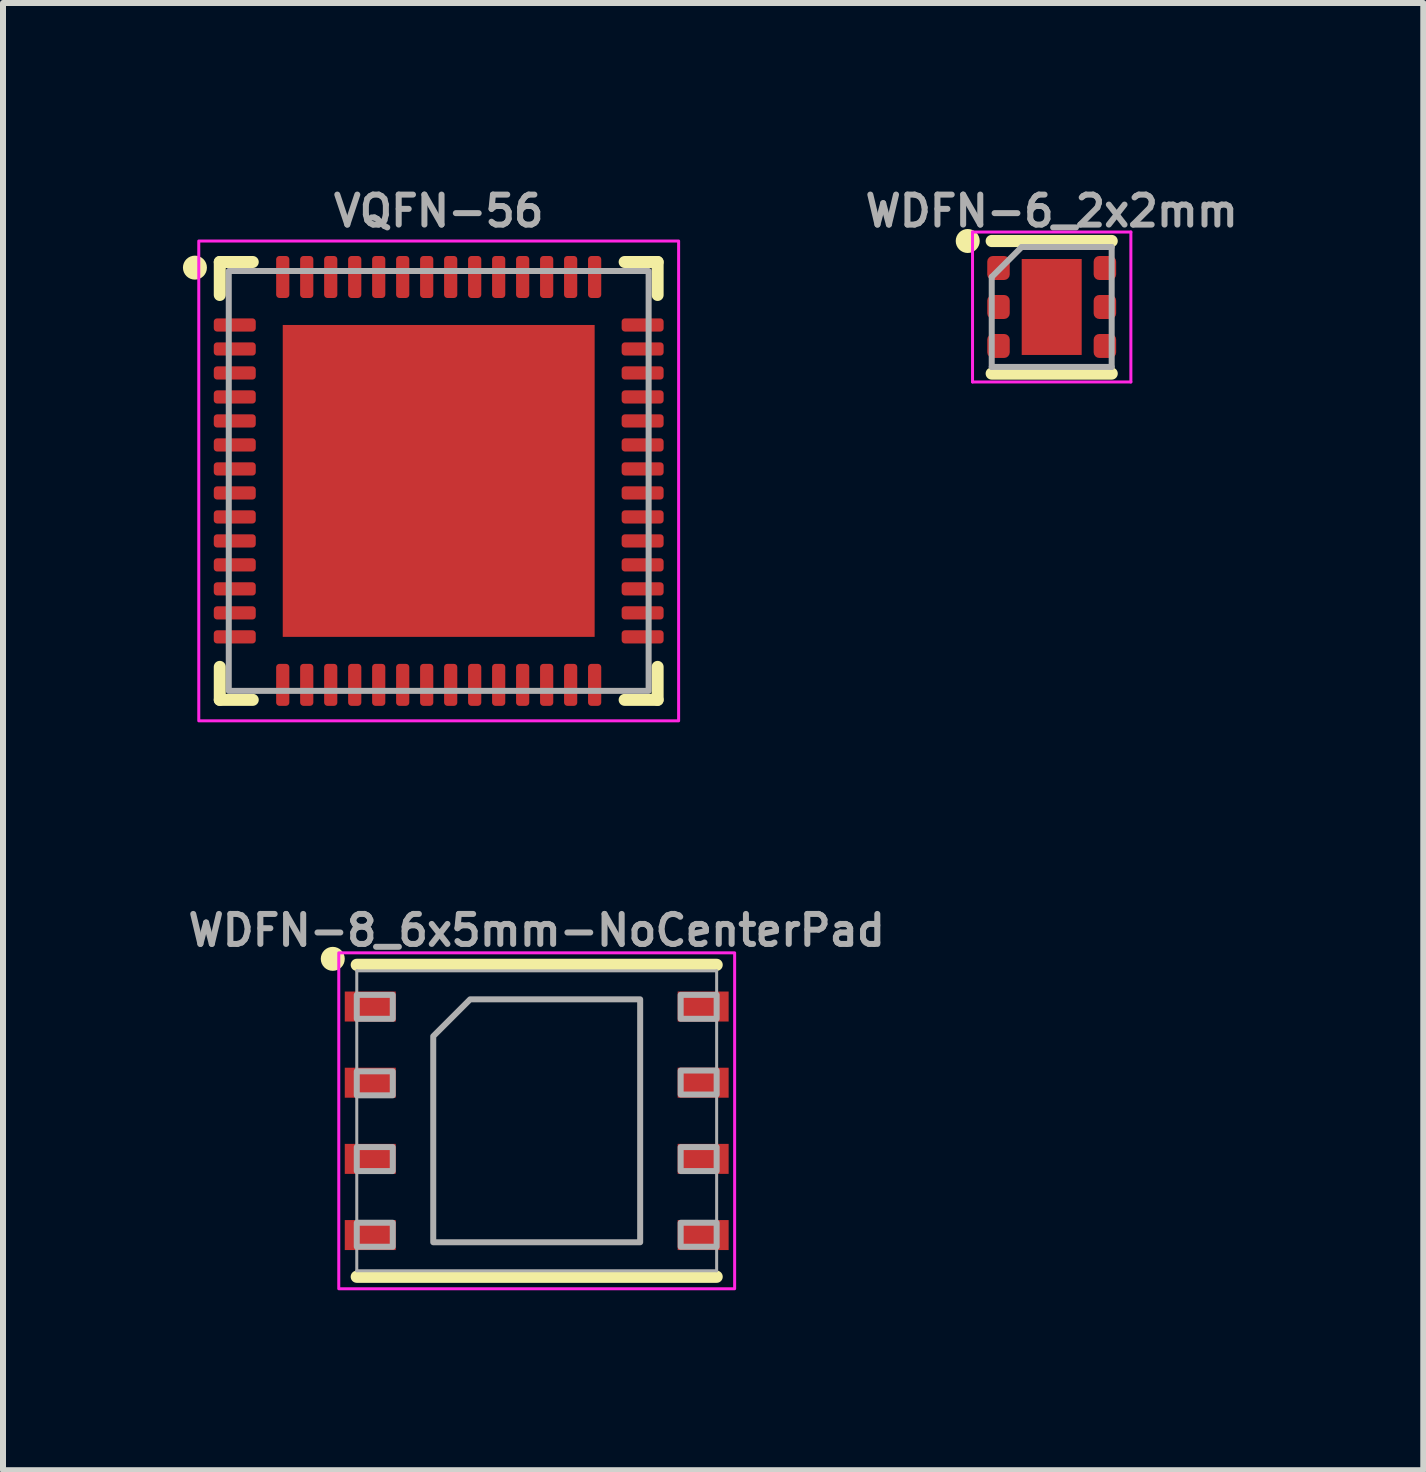
<source format=kicad_pcb>
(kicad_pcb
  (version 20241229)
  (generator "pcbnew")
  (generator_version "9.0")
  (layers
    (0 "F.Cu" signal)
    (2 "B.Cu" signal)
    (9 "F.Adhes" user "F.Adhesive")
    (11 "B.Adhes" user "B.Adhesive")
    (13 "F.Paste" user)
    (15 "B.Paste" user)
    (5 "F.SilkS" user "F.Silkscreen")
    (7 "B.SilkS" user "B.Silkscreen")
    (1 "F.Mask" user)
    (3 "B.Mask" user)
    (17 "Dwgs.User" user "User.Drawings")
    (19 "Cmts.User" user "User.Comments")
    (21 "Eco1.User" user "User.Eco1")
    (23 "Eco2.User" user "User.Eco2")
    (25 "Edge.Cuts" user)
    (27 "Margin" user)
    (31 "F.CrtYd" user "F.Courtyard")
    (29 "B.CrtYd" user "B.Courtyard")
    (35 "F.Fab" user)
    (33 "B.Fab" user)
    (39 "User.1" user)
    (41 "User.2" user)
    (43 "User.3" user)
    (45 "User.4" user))
  (footprint "VQFN-56"
    (layer "F.Cu")
    (at 4.264 4.968)
    (property "Reference" "VQFN-56" (at 0 -4.5 0) (layer "F.Fab") (effects (font (size 0.5 0.5) (thickness 0.1))))
    (attr smd)
    (fp_line (start -3.65 -3.1) (end -3.65 -3.65) (stroke (width 0.2) (type solid)) (layer "F.SilkS"))
    (fp_line (start -3.65 3.65) (end -3.65 3.1) (stroke (width 0.2) (type solid)) (layer "F.SilkS"))
    (fp_line (start -3.1 -3.65) (end -3.65 -3.65) (stroke (width 0.2) (type solid)) (layer "F.SilkS"))
    (fp_line (start -3.1 3.65) (end -3.65 3.65) (stroke (width 0.2) (type solid)) (layer "F.SilkS"))
    (fp_line (start 3.65 -3.65) (end 3.1 -3.65) (stroke (width 0.2) (type solid)) (layer "F.SilkS"))
    (fp_line (start 3.65 -3.1) (end 3.65 -3.65) (stroke (width 0.2) (type solid)) (layer "F.SilkS"))
    (fp_line (start 3.65 3.65) (end 3.1 3.65) (stroke (width 0.2) (type solid)) (layer "F.SilkS"))
    (fp_line (start 3.65 3.65) (end 3.65 3.1) (stroke (width 0.2) (type solid)) (layer "F.SilkS"))
    (fp_circle (center -4.064 -3.556) (end -4.164 -3.556) (stroke (width 0.2) (type solid)) (fill yes) (layer "F.SilkS"))
    (fp_line (start 0 0.5) (end 0 -0.5) (stroke (width 0.1) (type solid)) (layer "Eco1.User"))
    (fp_line (start 0.5 0.00003) (end -0.5 0.00003) (stroke (width 0.1) (type solid)) (layer "Eco1.User"))
    (fp_rect (start -4 -4) (end 4 4) (stroke (width 0.05) (type default)) (fill no) (layer "F.CrtYd"))
    (fp_rect (start -3.5 -3.5) (end 3.5 3.5) (stroke (width 0.1) (type default)) (fill no) (layer "F.Fab"))
    (pad "" smd roundrect (at -1.25 -1.25) (size 2.08 2.08) (layers "F.Paste") (roundrect_rratio 0.12))
    (pad "" smd roundrect (at -1.25 1.25) (size 2.08 2.08) (layers "F.Paste") (roundrect_rratio 0.12))
    (pad "" smd roundrect (at 1.25 -1.25) (size 2.08 2.08) (layers "F.Paste") (roundrect_rratio 0.12))
    (pad "" smd roundrect (at 1.25 1.25) (size 2.08 2.08) (layers "F.Paste") (roundrect_rratio 0.12))
    (pad "1" smd roundrect (at -3.4 -2.6) (size 0.7 0.22) (layers "F.Cu" "F.Mask" "F.Paste") (roundrect_rratio 0.25))
    (pad "2" smd roundrect (at -3.4 -2.2) (size 0.7 0.22) (layers "F.Cu" "F.Mask" "F.Paste") (roundrect_rratio 0.25))
    (pad "3" smd roundrect (at -3.4 -1.8) (size 0.7 0.22) (layers "F.Cu" "F.Mask" "F.Paste") (roundrect_rratio 0.25))
    (pad "4" smd roundrect (at -3.4 -1.4) (size 0.7 0.22) (layers "F.Cu" "F.Mask" "F.Paste") (roundrect_rratio 0.25))
    (pad "5" smd roundrect (at -3.4 -1) (size 0.7 0.22) (layers "F.Cu" "F.Mask" "F.Paste") (roundrect_rratio 0.25))
    (pad "6" smd roundrect (at -3.4 -0.6) (size 0.7 0.22) (layers "F.Cu" "F.Mask" "F.Paste") (roundrect_rratio 0.25))
    (pad "7" smd roundrect (at -3.4 -0.2) (size 0.7 0.22) (layers "F.Cu" "F.Mask" "F.Paste") (roundrect_rratio 0.25))
    (pad "8" smd roundrect (at -3.4 0.2) (size 0.7 0.22) (layers "F.Cu" "F.Mask" "F.Paste") (roundrect_rratio 0.25))
    (pad "9" smd roundrect (at -3.4 0.6) (size 0.7 0.22) (layers "F.Cu" "F.Mask" "F.Paste") (roundrect_rratio 0.25))
    (pad "10" smd roundrect (at -3.4 1) (size 0.7 0.22) (layers "F.Cu" "F.Mask" "F.Paste") (roundrect_rratio 0.25))
    (pad "11" smd roundrect (at -3.4 1.4) (size 0.7 0.22) (layers "F.Cu" "F.Mask" "F.Paste") (roundrect_rratio 0.25))
    (pad "12" smd roundrect (at -3.4 1.8) (size 0.7 0.22) (layers "F.Cu" "F.Mask" "F.Paste") (roundrect_rratio 0.25))
    (pad "13" smd roundrect (at -3.4 2.2) (size 0.7 0.22) (layers "F.Cu" "F.Mask" "F.Paste") (roundrect_rratio 0.25))
    (pad "14" smd roundrect (at -3.4 2.6) (size 0.7 0.22) (layers "F.Cu" "F.Mask" "F.Paste") (roundrect_rratio 0.25))
    (pad "15" smd roundrect (at -2.6 3.4 270) (size 0.7 0.22) (layers "F.Cu" "F.Mask" "F.Paste") (roundrect_rratio 0.25))
    (pad "16" smd roundrect (at -2.2 3.4 270) (size 0.7 0.22) (layers "F.Cu" "F.Mask" "F.Paste") (roundrect_rratio 0.25))
    (pad "17" smd roundrect (at -1.8 3.4 270) (size 0.7 0.22) (layers "F.Cu" "F.Mask" "F.Paste") (roundrect_rratio 0.25))
    (pad "18" smd roundrect (at -1.4 3.4 270) (size 0.7 0.22) (layers "F.Cu" "F.Mask" "F.Paste") (roundrect_rratio 0.25))
    (pad "19" smd roundrect (at -1 3.4 270) (size 0.7 0.22) (layers "F.Cu" "F.Mask" "F.Paste") (roundrect_rratio 0.25))
    (pad "20" smd roundrect (at -0.6 3.4 270) (size 0.7 0.22) (layers "F.Cu" "F.Mask" "F.Paste") (roundrect_rratio 0.25))
    (pad "21" smd roundrect (at -0.2 3.4 270) (size 0.7 0.22) (layers "F.Cu" "F.Mask" "F.Paste") (roundrect_rratio 0.25))
    (pad "22" smd roundrect (at 0.2 3.4 270) (size 0.7 0.22) (layers "F.Cu" "F.Mask" "F.Paste") (roundrect_rratio 0.25))
    (pad "23" smd roundrect (at 0.6 3.4 270) (size 0.7 0.22) (layers "F.Cu" "F.Mask" "F.Paste") (roundrect_rratio 0.25))
    (pad "24" smd roundrect (at 1 3.4 270) (size 0.7 0.22) (layers "F.Cu" "F.Mask" "F.Paste") (roundrect_rratio 0.25))
    (pad "25" smd roundrect (at 1.4 3.4 270) (size 0.7 0.22) (layers "F.Cu" "F.Mask" "F.Paste") (roundrect_rratio 0.25))
    (pad "26" smd roundrect (at 1.8 3.4 270) (size 0.7 0.22) (layers "F.Cu" "F.Mask" "F.Paste") (roundrect_rratio 0.25))
    (pad "27" smd roundrect (at 2.2 3.4 270) (size 0.7 0.22) (layers "F.Cu" "F.Mask" "F.Paste") (roundrect_rratio 0.25))
    (pad "28" smd roundrect (at 2.6 3.4 270) (size 0.7 0.22) (layers "F.Cu" "F.Mask" "F.Paste") (roundrect_rratio 0.25))
    (pad "29" smd roundrect (at 3.4 2.6 180) (size 0.7 0.22) (layers "F.Cu" "F.Mask" "F.Paste") (roundrect_rratio 0.25))
    (pad "30" smd roundrect (at 3.4 2.2 180) (size 0.7 0.22) (layers "F.Cu" "F.Mask" "F.Paste") (roundrect_rratio 0.25))
    (pad "31" smd roundrect (at 3.4 1.8 180) (size 0.7 0.22) (layers "F.Cu" "F.Mask" "F.Paste") (roundrect_rratio 0.25))
    (pad "32" smd roundrect (at 3.4 1.4 180) (size 0.7 0.22) (layers "F.Cu" "F.Mask" "F.Paste") (roundrect_rratio 0.25))
    (pad "33" smd roundrect (at 3.4 1 180) (size 0.7 0.22) (layers "F.Cu" "F.Mask" "F.Paste") (roundrect_rratio 0.25))
    (pad "34" smd roundrect (at 3.4 0.6 180) (size 0.7 0.22) (layers "F.Cu" "F.Mask" "F.Paste") (roundrect_rratio 0.25))
    (pad "35" smd roundrect (at 3.4 0.2 180) (size 0.7 0.22) (layers "F.Cu" "F.Mask" "F.Paste") (roundrect_rratio 0.25))
    (pad "36" smd roundrect (at 3.4 -0.2 180) (size 0.7 0.22) (layers "F.Cu" "F.Mask" "F.Paste") (roundrect_rratio 0.25))
    (pad "37" smd roundrect (at 3.4 -0.6 180) (size 0.7 0.22) (layers "F.Cu" "F.Mask" "F.Paste") (roundrect_rratio 0.25))
    (pad "38" smd roundrect (at 3.4 -1 180) (size 0.7 0.22) (layers "F.Cu" "F.Mask" "F.Paste") (roundrect_rratio 0.25))
    (pad "39" smd roundrect (at 3.4 -1.4 180) (size 0.7 0.22) (layers "F.Cu" "F.Mask" "F.Paste") (roundrect_rratio 0.25))
    (pad "40" smd roundrect (at 3.4 -1.8 180) (size 0.7 0.22) (layers "F.Cu" "F.Mask" "F.Paste") (roundrect_rratio 0.25))
    (pad "41" smd roundrect (at 3.4 -2.2 180) (size 0.7 0.22) (layers "F.Cu" "F.Mask" "F.Paste") (roundrect_rratio 0.25))
    (pad "42" smd roundrect (at 3.4 -2.6 180) (size 0.7 0.22) (layers "F.Cu" "F.Mask" "F.Paste") (roundrect_rratio 0.25))
    (pad "43" smd roundrect (at 2.6 -3.4 90) (size 0.7 0.22) (layers "F.Cu" "F.Mask" "F.Paste") (roundrect_rratio 0.25))
    (pad "44" smd roundrect (at 2.2 -3.4 90) (size 0.7 0.22) (layers "F.Cu" "F.Mask" "F.Paste") (roundrect_rratio 0.25))
    (pad "45" smd roundrect (at 1.8 -3.4 90) (size 0.7 0.22) (layers "F.Cu" "F.Mask" "F.Paste") (roundrect_rratio 0.25))
    (pad "46" smd roundrect (at 1.4 -3.4 90) (size 0.7 0.22) (layers "F.Cu" "F.Mask" "F.Paste") (roundrect_rratio 0.25))
    (pad "47" smd roundrect (at 1 -3.4 90) (size 0.7 0.22) (layers "F.Cu" "F.Mask" "F.Paste") (roundrect_rratio 0.25))
    (pad "48" smd roundrect (at 0.6 -3.4 90) (size 0.7 0.22) (layers "F.Cu" "F.Mask" "F.Paste") (roundrect_rratio 0.25))
    (pad "49" smd rect (at 0 0.00003) (size 5.2 5.2) (layers "F.Cu" "F.Mask"))
    (pad "49" smd roundrect (at 0.2 -3.4 90) (size 0.7 0.22) (layers "F.Cu" "F.Mask" "F.Paste") (roundrect_rratio 0.25))
    (pad "50" smd roundrect (at -0.2 -3.4 90) (size 0.7 0.22) (layers "F.Cu" "F.Mask" "F.Paste") (roundrect_rratio 0.25))
    (pad "51" smd roundrect (at -0.6 -3.4 90) (size 0.7 0.22) (layers "F.Cu" "F.Mask" "F.Paste") (roundrect_rratio 0.25))
    (pad "52" smd roundrect (at -1 -3.4 90) (size 0.7 0.22) (layers "F.Cu" "F.Mask" "F.Paste") (roundrect_rratio 0.25))
    (pad "53" smd roundrect (at -1.4 -3.4 90) (size 0.7 0.22) (layers "F.Cu" "F.Mask" "F.Paste") (roundrect_rratio 0.25))
    (pad "54" smd roundrect (at -1.8 -3.4 90) (size 0.7 0.22) (layers "F.Cu" "F.Mask" "F.Paste") (roundrect_rratio 0.25))
    (pad "55" smd roundrect (at -2.2 -3.4 90) (size 0.7 0.22) (layers "F.Cu" "F.Mask" "F.Paste") (roundrect_rratio 0.25))
    (pad "56" smd roundrect (at -2.6 -3.4 90) (size 0.7 0.22) (layers "F.Cu" "F.Mask" "F.Paste") (roundrect_rratio 0.25)))
  (footprint "WDFN-6_2x2mm"
    (layer "F.Cu")
    (at 14.484 2.068)
    (property "Reference" "WDFN-6_2x2mm" (at 0 -1.6 0) (layer "F.Fab") (effects (font (size 0.5 0.5) (thickness 0.1))))
    (attr smd)
    (fp_line (start -1 -1.1) (end 1 -1.1) (stroke (width 0.203) (type solid)) (layer "F.SilkS"))
    (fp_line (start -1 1.11) (end 1 1.11) (stroke (width 0.203) (type solid)) (layer "F.SilkS"))
    (fp_circle (center -1.4 -1.1) (end -1.5 -1.1) (stroke (width 0.2) (type solid)) (fill yes) (layer "F.SilkS"))
    (fp_line (start -1.32 -1.25) (end -1.32 1.25) (stroke (width 0.05) (type solid)) (layer "F.CrtYd"))
    (fp_line (start -1.32 1.25) (end 1.32 1.25) (stroke (width 0.05) (type solid)) (layer "F.CrtYd"))
    (fp_line (start 1.32 -1.25) (end -1.32 -1.25) (stroke (width 0.05) (type solid)) (layer "F.CrtYd"))
    (fp_line (start 1.32 1.25) (end 1.32 -1.25) (stroke (width 0.05) (type solid)) (layer "F.CrtYd"))
    (fp_line (start -1 -0.5) (end -0.5 -1) (stroke (width 0.1) (type solid)) (layer "F.Fab"))
    (fp_line (start -1 1) (end -1 -0.5) (stroke (width 0.1) (type solid)) (layer "F.Fab"))
    (fp_line (start -0.5 -1) (end 1 -1) (stroke (width 0.1) (type solid)) (layer "F.Fab"))
    (fp_line (start 1 -1) (end 1 1) (stroke (width 0.1) (type solid)) (layer "F.Fab"))
    (fp_line (start 1 1) (end -1 1) (stroke (width 0.1) (type solid)) (layer "F.Fab"))
    (pad "" smd roundrect (at 0 -0.4) (size 0.81 0.64) (layers "F.Paste") (roundrect_rratio 0.25))
    (pad "" smd roundrect (at 0 0.4) (size 0.81 0.64) (layers "F.Paste") (roundrect_rratio 0.25))
    (pad "1" smd roundrect (at -0.887 -0.65) (size 0.375 0.4) (layers "F.Cu" "F.Mask" "F.Paste") (roundrect_rratio 0.25))
    (pad "2" smd roundrect (at -0.887 0) (size 0.375 0.4) (layers "F.Cu" "F.Mask" "F.Paste") (roundrect_rratio 0.25))
    (pad "3" smd roundrect (at -0.887 0.65) (size 0.375 0.4) (layers "F.Cu" "F.Mask" "F.Paste") (roundrect_rratio 0.25))
    (pad "4" smd roundrect (at 0.887 0.65) (size 0.375 0.4) (layers "F.Cu" "F.Mask" "F.Paste") (roundrect_rratio 0.25))
    (pad "5" smd roundrect (at 0.887 0) (size 0.375 0.4) (layers "F.Cu" "F.Mask" "F.Paste") (roundrect_rratio 0.25))
    (pad "6" smd roundrect (at 0.887 -0.65) (size 0.375 0.4) (layers "F.Cu" "F.Mask" "F.Paste") (roundrect_rratio 0.25))
    (pad "7" smd rect (at 0 0) (size 1 1.6) (layers "F.Cu" "F.Mask")))
  (footprint "WDFN-8_6x5mm-NoCenterPad"
    (layer "F.Cu")
    (at 5.898 15.636)
    (property "Reference" "WDFN-8_6x5mm-NoCenterPad" (at 0 -3.175 0) (layer "F.Fab") (effects (font (size 0.5 0.5) (thickness 0.1))))
    (attr smd)
    (fp_line (start -3 -2.6) (end 3 -2.6) (stroke (width 0.203) (type solid)) (layer "F.SilkS"))
    (fp_line (start -3 2.6) (end 3 2.6) (stroke (width 0.203) (type solid)) (layer "F.SilkS"))
    (fp_circle (center -3.4 -2.7) (end -3.5 -2.7) (stroke (width 0.2) (type solid)) (fill yes) (layer "F.SilkS"))
    (fp_rect (start -3.3 -2.8) (end 3.3 2.8) (stroke (width 0.05) (type default)) (fill no) (layer "F.CrtYd"))
    (fp_line (start -3 -2.5) (end 3 -2.5) (stroke (width 0.05) (type solid)) (layer "F.Fab"))
    (fp_line (start -3 2.5) (end -3 -2.5) (stroke (width 0.05) (type solid)) (layer "F.Fab"))
    (fp_line (start 3 -2.5) (end 3 2.5) (stroke (width 0.05) (type solid)) (layer "F.Fab"))
    (fp_line (start 3 2.5) (end -3 2.5) (stroke (width 0.05) (type solid)) (layer "F.Fab"))
    (fp_poly (pts (xy -3 -1.7) (xy -2.4 -1.7) (xy -2.4 -2.1) (xy -3 -2.1)) (stroke (width 0.1) (type default)) (fill no) (layer "F.Fab"))
    (fp_poly (pts (xy -3 -0.425) (xy -2.4 -0.425) (xy -2.4 -0.825) (xy -3 -0.825)) (stroke (width 0.1) (type default)) (fill no) (layer "F.Fab"))
    (fp_poly (pts (xy -3 0.838) (xy -2.4 0.838) (xy -2.4 0.438) (xy -3 0.438)) (stroke (width 0.1) (type default)) (fill no) (layer "F.Fab"))
    (fp_poly (pts (xy -3 2.1) (xy -2.4 2.1) (xy -2.4 1.7) (xy -3 1.7)) (stroke (width 0.1) (type default)) (fill no) (layer "F.Fab"))
    (fp_poly (pts (xy 2.4 -1.7) (xy 3 -1.7) (xy 3 -2.1) (xy 2.4 -2.1)) (stroke (width 0.1) (type default)) (fill no) (layer "F.Fab"))
    (fp_poly (pts (xy 2.4 -0.438) (xy 3 -0.438) (xy 3 -0.838) (xy 2.4 -0.838)) (stroke (width 0.1) (type default)) (fill no) (layer "F.Fab"))
    (fp_poly (pts (xy 2.4 0.838) (xy 3 0.838) (xy 3 0.438) (xy 2.4 0.438)) (stroke (width 0.1) (type default)) (fill no) (layer "F.Fab"))
    (fp_poly (pts (xy 2.4 2.1) (xy 3 2.1) (xy 3 1.7) (xy 2.4 1.7)) (stroke (width 0.1) (type default)) (fill no) (layer "F.Fab"))
    (fp_poly (pts (xy 1.725 2.025) (xy -1.725 2.025) (xy -1.725 -1.41) (xy -1.11 -2.025) (xy 1.725 -2.025)) (stroke (width 0.1) (type default)) (fill no) (layer "F.Fab"))
    (pad "1" smd rect (at -2.775 -1.905 90) (size 0.5 0.85) (layers "F.Cu" "F.Mask" "F.Paste"))
    (pad "2" smd rect (at -2.775 -0.635 90) (size 0.5 0.85) (layers "F.Cu" "F.Mask" "F.Paste"))
    (pad "3" smd rect (at -2.775 0.635 90) (size 0.5 0.85) (layers "F.Cu" "F.Mask" "F.Paste"))
    (pad "4" smd rect (at -2.775 1.905 90) (size 0.5 0.85) (layers "F.Cu" "F.Mask" "F.Paste"))
    (pad "5" smd rect (at 2.775 1.905 90) (size 0.5 0.85) (layers "F.Cu" "F.Mask" "F.Paste"))
    (pad "6" smd rect (at 2.775 0.635 90) (size 0.5 0.85) (layers "F.Cu" "F.Mask" "F.Paste"))
    (pad "7" smd rect (at 2.775 -0.635 90) (size 0.5 0.85) (layers "F.Cu" "F.Mask" "F.Paste"))
    (pad "8" smd rect (at 2.775 -1.905 90) (size 0.5 0.85) (layers "F.Cu" "F.Mask" "F.Paste")))
  (gr_rect
    (start -3 -3)
    (end 20.679 21.461)
    (stroke (width 0.1) (type default))
    (fill no)
    (layer "Edge.Cuts")))
</source>
